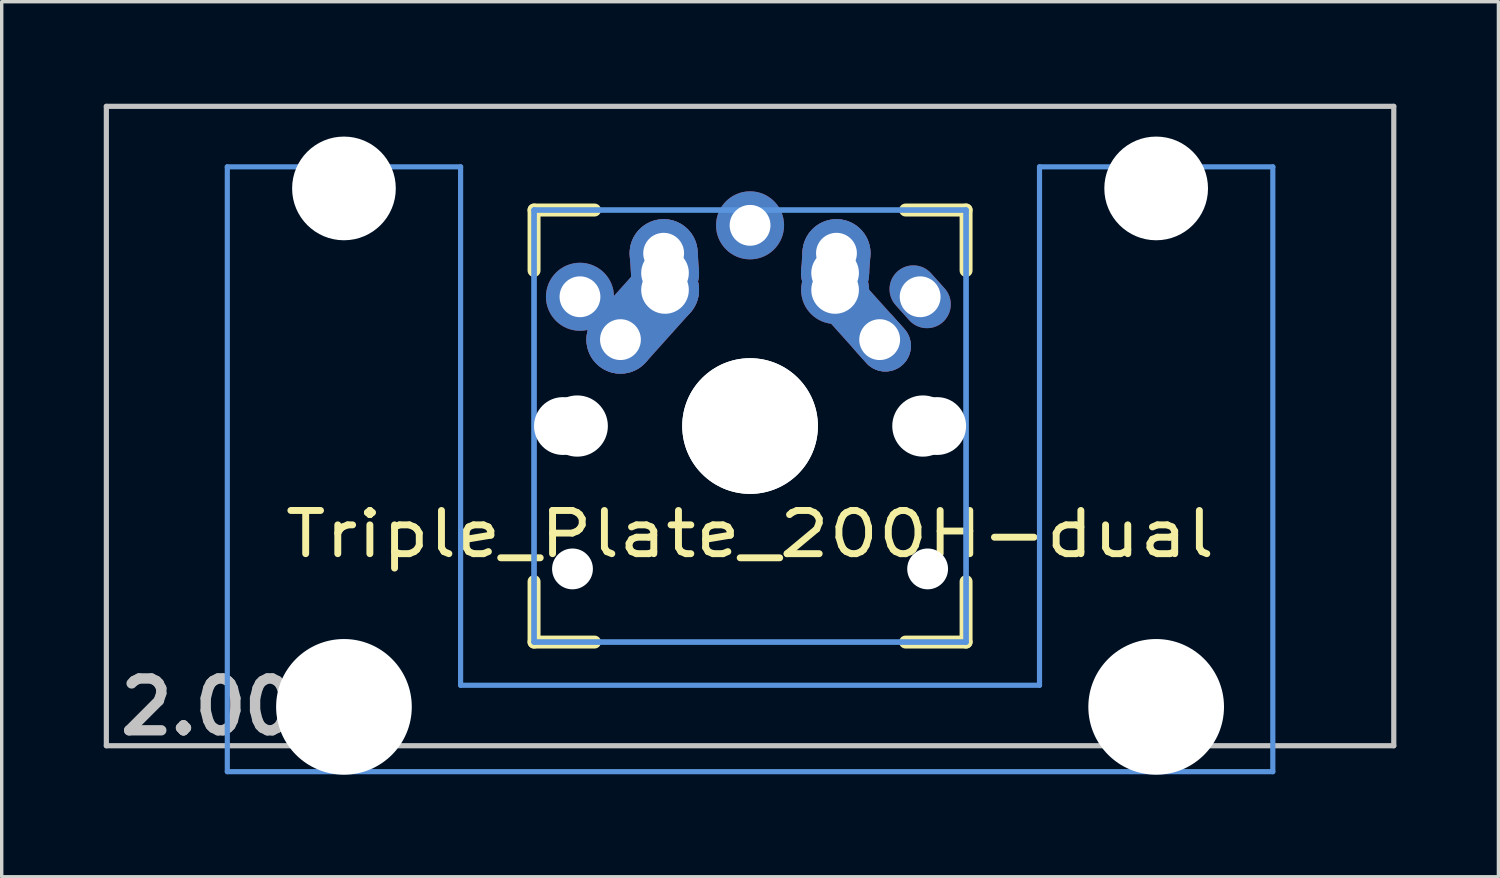
<source format=kicad_pcb>
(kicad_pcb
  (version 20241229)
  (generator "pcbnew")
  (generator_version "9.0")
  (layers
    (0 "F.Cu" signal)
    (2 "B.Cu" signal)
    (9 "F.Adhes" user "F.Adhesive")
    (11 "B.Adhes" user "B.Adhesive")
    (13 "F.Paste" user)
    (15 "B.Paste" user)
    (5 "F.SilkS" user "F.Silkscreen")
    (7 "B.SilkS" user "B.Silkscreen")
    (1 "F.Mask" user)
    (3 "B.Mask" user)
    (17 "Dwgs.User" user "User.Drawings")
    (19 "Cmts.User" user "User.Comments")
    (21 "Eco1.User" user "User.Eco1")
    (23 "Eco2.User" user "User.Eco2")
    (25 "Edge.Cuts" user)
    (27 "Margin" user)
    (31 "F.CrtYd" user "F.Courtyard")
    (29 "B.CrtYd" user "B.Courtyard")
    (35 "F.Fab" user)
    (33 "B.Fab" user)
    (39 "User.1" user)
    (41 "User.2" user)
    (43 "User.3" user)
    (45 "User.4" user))
  (footprint "Triple_Plate_200H-dual"
    (layer "F.Cu")
    (at 18.999 9.474)
    (property "Reference" "Triple_Plate_200H-dual" (at 0 3.175 0) (layer "F.SilkS") (effects (font (size 1.27 1.524) (thickness 0.203))))
    (attr through_hole)
    (fp_line (start -6.35 -6.35) (end -4.572 -6.35) (stroke (width 0.381) (type solid)) (layer "F.SilkS"))
    (fp_line (start -6.35 -4.572) (end -6.35 -6.35) (stroke (width 0.381) (type solid)) (layer "F.SilkS"))
    (fp_line (start -6.35 6.35) (end -6.35 4.572) (stroke (width 0.381) (type solid)) (layer "F.SilkS"))
    (fp_line (start -4.572 6.35) (end -6.35 6.35) (stroke (width 0.381) (type solid)) (layer "F.SilkS"))
    (fp_line (start 4.572 -6.35) (end 6.35 -6.35) (stroke (width 0.381) (type solid)) (layer "F.SilkS"))
    (fp_line (start 6.35 -6.35) (end 6.35 -4.572) (stroke (width 0.381) (type solid)) (layer "F.SilkS"))
    (fp_line (start 6.35 4.572) (end 6.35 6.35) (stroke (width 0.381) (type solid)) (layer "F.SilkS"))
    (fp_line (start 6.35 6.35) (end 4.572 6.35) (stroke (width 0.381) (type solid)) (layer "F.SilkS"))
    (fp_line (start -18.923 -9.398) (end 18.923 -9.398) (stroke (width 0.152) (type solid)) (layer "Dwgs.User"))
    (fp_line (start -18.923 9.398) (end -18.923 -9.398) (stroke (width 0.152) (type solid)) (layer "Dwgs.User"))
    (fp_line (start 18.923 -9.398) (end 18.923 9.398) (stroke (width 0.152) (type solid)) (layer "Dwgs.User"))
    (fp_line (start 18.923 9.398) (end -18.923 9.398) (stroke (width 0.152) (type solid)) (layer "Dwgs.User"))
    (fp_line (start -15.367 -7.62) (end -15.367 10.16) (stroke (width 0.152) (type solid)) (layer "Cmts.User"))
    (fp_line (start -15.367 10.16) (end 15.367 10.16) (stroke (width 0.152) (type solid)) (layer "Cmts.User"))
    (fp_line (start -8.509 -7.62) (end -15.367 -7.62) (stroke (width 0.152) (type solid)) (layer "Cmts.User"))
    (fp_line (start -8.509 7.62) (end -8.509 -7.62) (stroke (width 0.152) (type solid)) (layer "Cmts.User"))
    (fp_line (start -6.35 -6.35) (end 6.35 -6.35) (stroke (width 0.152) (type solid)) (layer "Cmts.User"))
    (fp_line (start -6.35 -6.35) (end 6.35 -6.35) (stroke (width 0.152) (type solid)) (layer "Cmts.User"))
    (fp_line (start -6.35 6.35) (end -6.35 -6.35) (stroke (width 0.152) (type solid)) (layer "Cmts.User"))
    (fp_line (start -6.35 6.35) (end -6.35 -6.35) (stroke (width 0.152) (type solid)) (layer "Cmts.User"))
    (fp_line (start 6.35 -6.35) (end 6.35 6.35) (stroke (width 0.152) (type solid)) (layer "Cmts.User"))
    (fp_line (start 6.35 -6.35) (end 6.35 6.35) (stroke (width 0.152) (type solid)) (layer "Cmts.User"))
    (fp_line (start 6.35 6.35) (end -6.35 6.35) (stroke (width 0.152) (type solid)) (layer "Cmts.User"))
    (fp_line (start 6.35 6.35) (end -6.35 6.35) (stroke (width 0.152) (type solid)) (layer "Cmts.User"))
    (fp_line (start 8.509 -7.62) (end 8.509 7.62) (stroke (width 0.152) (type solid)) (layer "Cmts.User"))
    (fp_line (start 8.509 7.62) (end -8.509 7.62) (stroke (width 0.152) (type solid)) (layer "Cmts.User"))
    (fp_line (start 15.367 -7.62) (end 8.509 -7.62) (stroke (width 0.152) (type solid)) (layer "Cmts.User"))
    (fp_line (start 15.367 10.16) (end 15.367 -7.62) (stroke (width 0.152) (type solid)) (layer "Cmts.User"))
    (fp_line (start -16.129 -2.286) (end -15.265 -2.286) (stroke (width 0.152) (type solid)) (layer "Eco2.User"))
    (fp_line (start -16.129 0.508) (end -16.129 -2.286) (stroke (width 0.152) (type solid)) (layer "Eco2.User"))
    (fp_line (start -15.265 -5.69) (end -8.611 -5.69) (stroke (width 0.152) (type solid)) (layer "Eco2.User"))
    (fp_line (start -15.265 -2.286) (end -15.265 -5.69) (stroke (width 0.152) (type solid)) (layer "Eco2.User"))
    (fp_line (start -15.265 0.508) (end -16.129 0.508) (stroke (width 0.152) (type solid)) (layer "Eco2.User"))
    (fp_line (start -15.265 6.604) (end -15.265 0.508) (stroke (width 0.152) (type solid)) (layer "Eco2.User"))
    (fp_line (start -14.224 6.604) (end -15.265 6.604) (stroke (width 0.152) (type solid)) (layer "Eco2.User"))
    (fp_line (start -14.224 7.772) (end -14.224 6.604) (stroke (width 0.152) (type solid)) (layer "Eco2.User"))
    (fp_line (start -9.652 6.604) (end -9.652 7.772) (stroke (width 0.152) (type solid)) (layer "Eco2.User"))
    (fp_line (start -9.652 7.772) (end -14.224 7.772) (stroke (width 0.152) (type solid)) (layer "Eco2.User"))
    (fp_line (start -8.611 -5.69) (end -8.611 -4.877) (stroke (width 0.152) (type solid)) (layer "Eco2.User"))
    (fp_line (start -8.611 -4.877) (end -6.985 -4.877) (stroke (width 0.152) (type solid)) (layer "Eco2.User"))
    (fp_line (start -8.611 5.817) (end -8.611 6.604) (stroke (width 0.152) (type solid)) (layer "Eco2.User"))
    (fp_line (start -8.611 6.604) (end -9.652 6.604) (stroke (width 0.152) (type solid)) (layer "Eco2.User"))
    (fp_line (start -7.5 -7.5) (end 7.5 -7.5) (stroke (width 0.152) (type solid)) (layer "Eco2.User"))
    (fp_line (start -7.5 7.5) (end -7.5 -7.5) (stroke (width 0.152) (type solid)) (layer "Eco2.User"))
    (fp_line (start -6.985 -6.985) (end 6.985 -6.985) (stroke (width 0.152) (type solid)) (layer "Eco2.User"))
    (fp_line (start -6.985 -6.985) (end 6.985 -6.985) (stroke (width 0.152) (type solid)) (layer "Eco2.User"))
    (fp_line (start -6.985 -4.877) (end -6.985 -6.985) (stroke (width 0.152) (type solid)) (layer "Eco2.User"))
    (fp_line (start -6.985 5.817) (end -8.611 5.817) (stroke (width 0.152) (type solid)) (layer "Eco2.User"))
    (fp_line (start -6.985 6.985) (end -6.985 -6.985) (stroke (width 0.152) (type solid)) (layer "Eco2.User"))
    (fp_line (start -6.985 6.985) (end -6.985 5.817) (stroke (width 0.152) (type solid)) (layer "Eco2.User"))
    (fp_line (start 6.985 -6.985) (end 6.985 -4.877) (stroke (width 0.152) (type solid)) (layer "Eco2.User"))
    (fp_line (start 6.985 -6.985) (end 6.985 6.985) (stroke (width 0.152) (type solid)) (layer "Eco2.User"))
    (fp_line (start 6.985 -4.877) (end 8.611 -4.877) (stroke (width 0.152) (type solid)) (layer "Eco2.User"))
    (fp_line (start 6.985 5.817) (end 6.985 6.985) (stroke (width 0.152) (type solid)) (layer "Eco2.User"))
    (fp_line (start 6.985 6.985) (end -6.985 6.985) (stroke (width 0.152) (type solid)) (layer "Eco2.User"))
    (fp_line (start 6.985 6.985) (end -6.985 6.985) (stroke (width 0.152) (type solid)) (layer "Eco2.User"))
    (fp_line (start 7.5 -7.5) (end 7.5 7.5) (stroke (width 0.152) (type solid)) (layer "Eco2.User"))
    (fp_line (start 7.5 7.5) (end -7.5 7.5) (stroke (width 0.152) (type solid)) (layer "Eco2.User"))
    (fp_line (start 8.611 -5.69) (end 15.265 -5.69) (stroke (width 0.152) (type solid)) (layer "Eco2.User"))
    (fp_line (start 8.611 -4.877) (end 8.611 -5.69) (stroke (width 0.152) (type solid)) (layer "Eco2.User"))
    (fp_line (start 8.611 5.817) (end 6.985 5.817) (stroke (width 0.152) (type solid)) (layer "Eco2.User"))
    (fp_line (start 8.611 6.604) (end 8.611 5.817) (stroke (width 0.152) (type solid)) (layer "Eco2.User"))
    (fp_line (start 9.652 6.604) (end 8.611 6.604) (stroke (width 0.152) (type solid)) (layer "Eco2.User"))
    (fp_line (start 9.652 7.772) (end 9.652 6.604) (stroke (width 0.152) (type solid)) (layer "Eco2.User"))
    (fp_line (start 14.224 6.604) (end 14.224 7.772) (stroke (width 0.152) (type solid)) (layer "Eco2.User"))
    (fp_line (start 14.224 7.772) (end 9.652 7.772) (stroke (width 0.152) (type solid)) (layer "Eco2.User"))
    (fp_line (start 15.265 -5.69) (end 15.265 -2.286) (stroke (width 0.152) (type solid)) (layer "Eco2.User"))
    (fp_line (start 15.265 -2.286) (end 16.129 -2.286) (stroke (width 0.152) (type solid)) (layer "Eco2.User"))
    (fp_line (start 15.265 0.508) (end 15.265 6.604) (stroke (width 0.152) (type solid)) (layer "Eco2.User"))
    (fp_line (start 15.265 6.604) (end 14.224 6.604) (stroke (width 0.152) (type solid)) (layer "Eco2.User"))
    (fp_line (start 16.129 -2.286) (end 16.129 0.508) (stroke (width 0.152) (type solid)) (layer "Eco2.User"))
    (fp_line (start 16.129 0.508) (end 15.265 0.508) (stroke (width 0.152) (type solid)) (layer "Eco2.User"))
    (fp_text user "2.00u" (at -15.24 8.255 0) (layer "Dwgs.User") (effects (font (size 1.524 1.524) (thickness 0.305))))
    (pad "" np_thru_hole circle (at -11.938 -6.985) (size 3.048 3.048) (drill 3.048) (layers "*.Cu"))
    (pad "" np_thru_hole circle (at -11.938 8.255) (size 3.988 3.988) (drill 3.988) (layers "*.Cu"))
    (pad "" np_thru_hole circle (at -5.5 0) (size 1.7 1.7) (drill 1.7) (layers "*.Cu"))
    (pad "" np_thru_hole circle (at -5.22 4.2) (size 1.2 1.2) (drill 1.2) (layers "*.Cu"))
    (pad "" np_thru_hole circle (at -5.08 0) (size 1.8 1.8) (drill 1.8) (layers "*.Cu"))
    (pad "" np_thru_hole circle (at 0 0) (size 3.988 3.988) (drill 3.988) (layers "*.Cu"))
    (pad "" np_thru_hole circle (at 0 0) (size 3.988 3.988) (drill 3.988) (layers "*.Cu"))
    (pad "" np_thru_hole circle (at 5.08 0) (size 1.8 1.8) (drill 1.8) (layers "*.Cu"))
    (pad "" np_thru_hole circle (at 5.22 4.2) (size 1.2 1.2) (drill 1.2) (layers "*.Cu"))
    (pad "" np_thru_hole circle (at 5.5 0) (size 1.7 1.7) (drill 1.7) (layers "*.Cu"))
    (pad "" np_thru_hole circle (at 11.938 -6.985) (size 3.048 3.048) (drill 3.048) (layers "*.Cu"))
    (pad "" np_thru_hole circle (at 11.938 8.255) (size 3.988 3.988) (drill 3.988) (layers "*.Cu"))
    (pad "1" thru_hole circle (at -5 -3.8 138.1) (size 2 2) (drill 1.2) (layers "*.Cu" "*.Mask"))
    (pad "1" thru_hole circle (at -3.81 -2.54) (size 2 2) (drill oval 1.2) (layers "*.Cu" "*.Mask"))
    (pad "1" smd oval (at -3.155 -3.27 138.1) (size 2 3.962) (layers "F.Cu" "F.Mask" "F.Paste"))
    (pad "1" smd oval (at -3.155 -3.27 138.1) (size 2 3.962) (layers "B.Cu" "B.Mask" "B.Paste"))
    (pad "1" thru_hole circle (at -2.54 -5.08 330.95) (size 2 2) (drill 1.2) (layers "*.Cu" "*.Mask"))
    (pad "1" smd oval (at -2.52 -4.79 3.945) (size 2 2.581) (layers "F.Cu" "F.Mask" "F.Paste"))
    (pad "1" smd oval (at -2.52 -4.79 3.945) (size 2 2.581) (layers "B.Cu" "B.Mask" "B.Paste"))
    (pad "1" thru_hole circle (at -2.5 -4.5 330.95) (size 2 2) (drill 1.4) (layers "*.Cu" "*.Mask"))
    (pad "1" thru_hole circle (at -2.5 -4 330.95) (size 2 2) (drill 1.4) (layers "*.Cu" "*.Mask"))
    (pad "1" thru_hole oval (at 5 -3.8 221.9) (size 1.4 2) (drill 1.2) (layers "*.Cu" "*.Mask"))
    (pad "2" thru_hole circle (at 0 -5.9) (size 2 2) (drill 1.2) (layers "*.Cu" "*.Mask"))
    (pad "2" thru_hole circle (at 2.5 -4.5 330.95) (size 2 2) (drill 1.4) (layers "*.Cu" "*.Mask"))
    (pad "2" thru_hole circle (at 2.5 -4) (size 2 2) (drill 1.4) (layers "*.Cu" "*.Mask"))
    (pad "2" smd oval (at 2.52 -4.79 356.055) (size 2 2.581) (layers "F.Cu" "F.Mask" "F.Paste"))
    (pad "2" smd oval (at 2.52 -4.79 356.055) (size 2 2.581) (layers "B.Cu" "B.Mask" "B.Paste"))
    (pad "2" thru_hole circle (at 2.54 -5.08 330.95) (size 2 2) (drill 1.2) (layers "*.Cu" "*.Mask"))
    (pad "2" smd oval (at 3.155 -3.27 221.9) (size 1.5 3.962) (layers "F.Cu" "F.Mask" "F.Paste"))
    (pad "2" smd oval (at 3.155 -3.27 221.9) (size 1.5 3.962) (layers "B.Cu" "B.Mask" "B.Paste"))
    (pad "2" thru_hole oval (at 3.81 -2.54 311.9) (size 2 1.5) (drill 1.2) (layers "*.Cu" "*.Mask")))
  (gr_rect
    (start -3 -3)
    (end 40.998 22.723)
    (stroke (width 0.1) (type default))
    (fill no)
    (layer "Edge.Cuts")))
</source>
